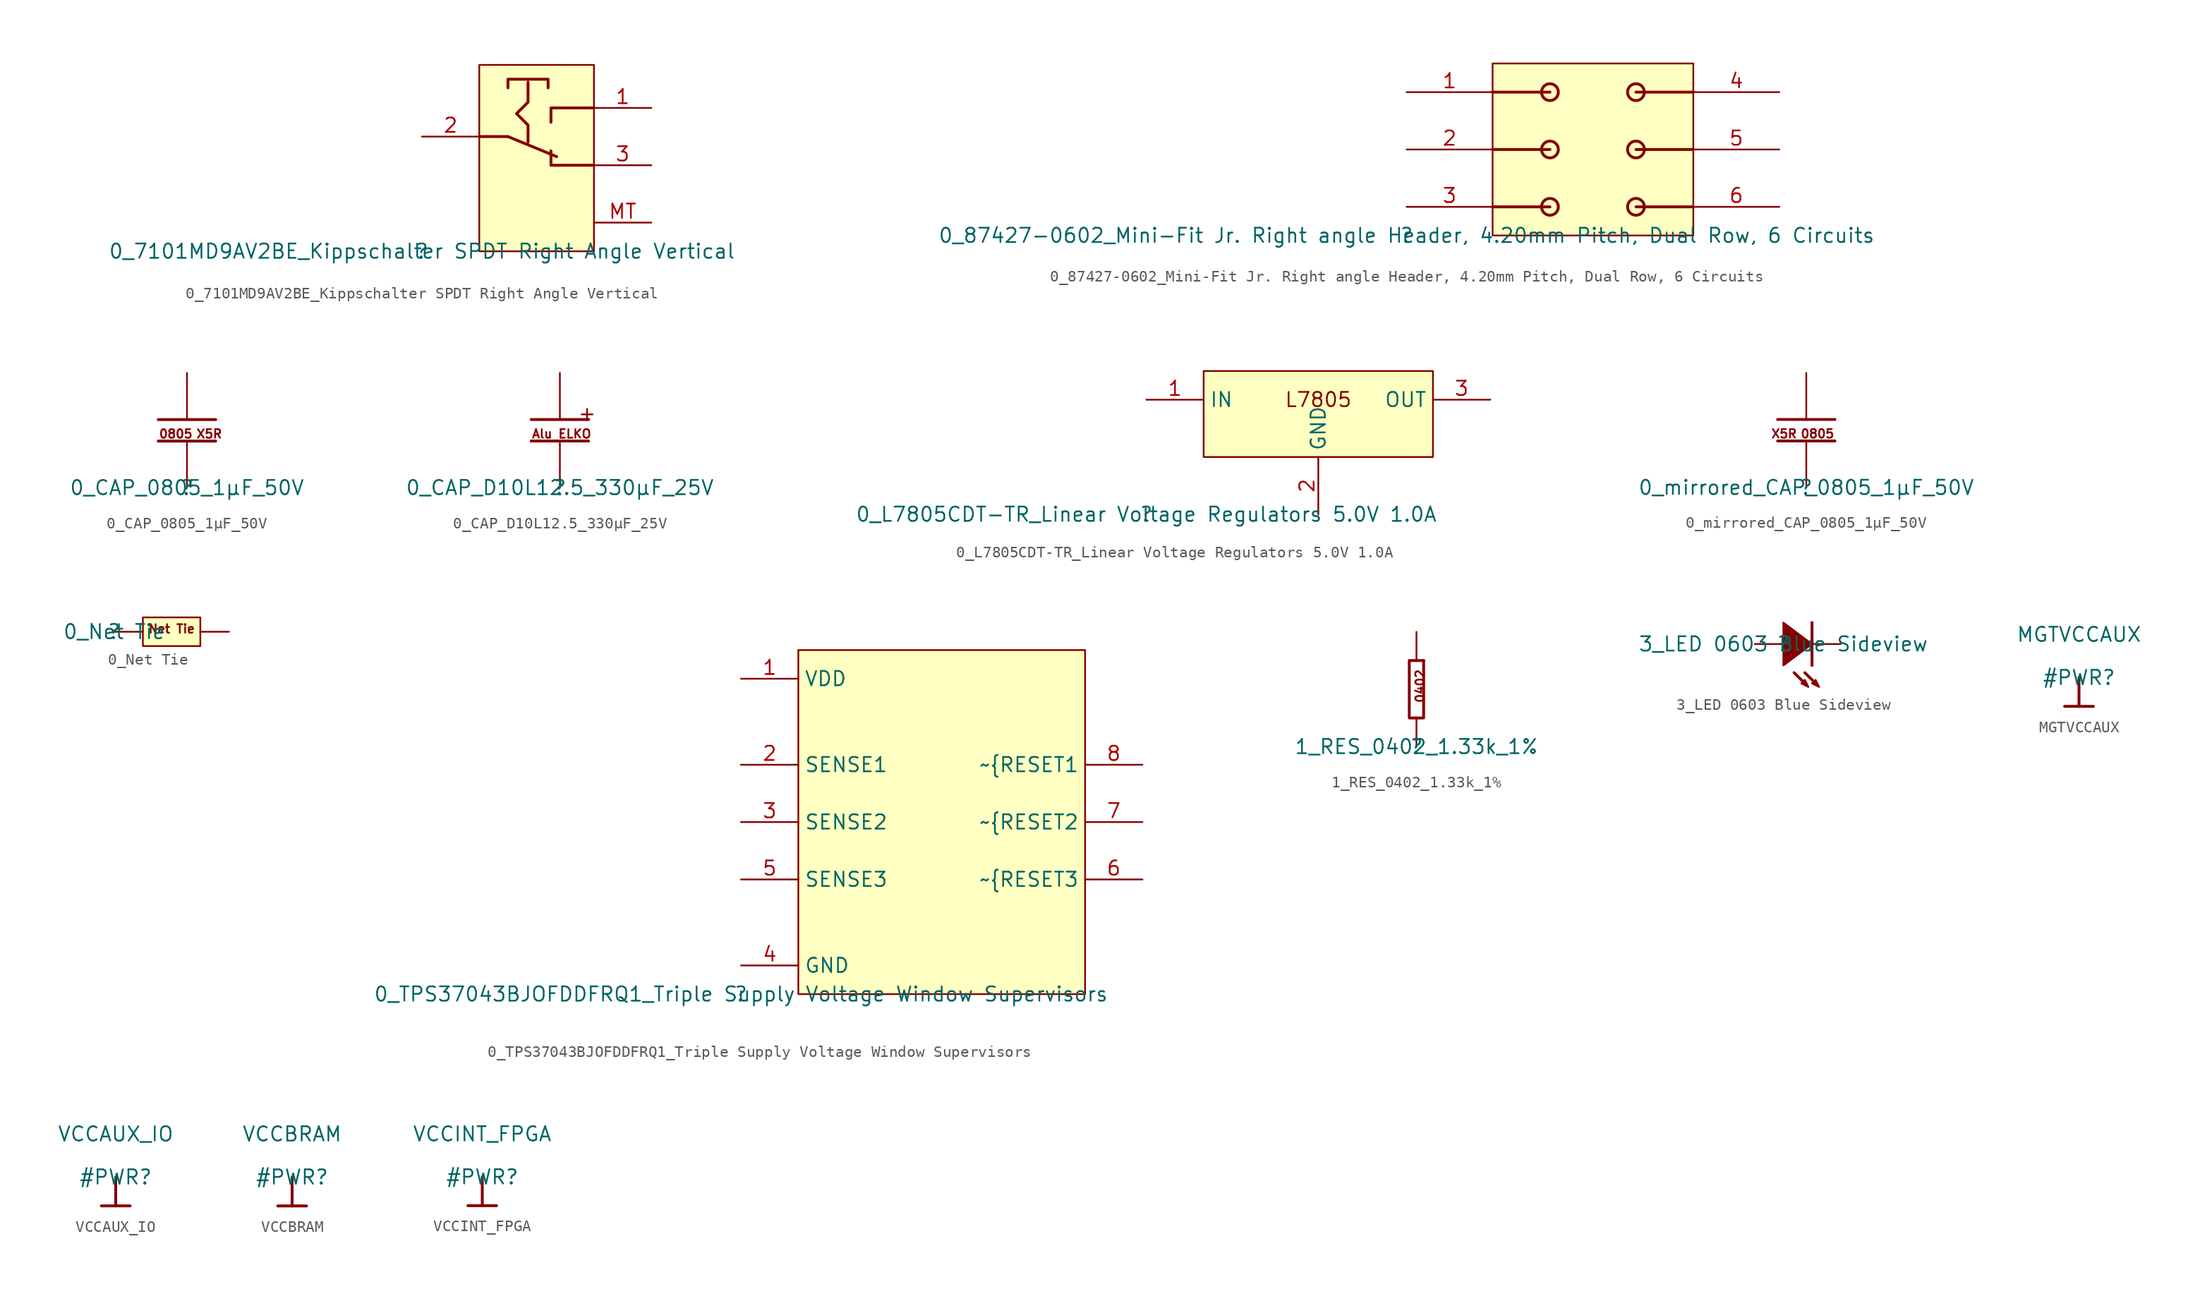
<source format=kicad_sym>
(kicad_symbol_lib
  (version 20211014)
  (generator kicad_symbol_editor)
  (symbol "0_7101MD9AV2BE_Kippschalter SPDT Right Angle Vertical"
    (property "Reference" ""
      (at 0 0 0)
      (effects (font (size 1.27 1.27))))
    (property "Value" "0_7101MD9AV2BE_Kippschalter SPDT Right Angle Vertical"
      (at 0 0 0)
      (effects (font (size 1.27 1.27))))
    (symbol "0_7101MD9AV2BE_Kippschalter SPDT Right Angle Vertical_1_0"
      (polyline (pts (xy 5.08 10.16) (xy 7.62 10.16)) (stroke (width 0.254) (type default) (color 0 0 0 0)) (fill (type none)))
      (polyline (pts (xy 7.62 10.16) (xy 11.938 8.382)) (stroke (width 0.254) (type default) (color 0 0 0 0)) (fill (type none)))
      (polyline (pts (xy 9.398 15.24) (xy 7.62 15.24) (xy 7.62 14.478)) (stroke (width 0.254) (type default) (color 0 0 0 0)) (fill (type none)))
      (polyline (pts (xy 9.398 15.24) (xy 11.176 15.24) (xy 11.176 14.478)) (stroke (width 0.254) (type default) (color 0 0 0 0)) (fill (type none)))
      (polyline (pts (xy 15.24 7.62) (xy 11.43 7.62) (xy 11.43 8.89)) (stroke (width 0.254) (type default) (color 0 0 0 0)) (fill (type none)))
      (polyline (pts (xy 15.24 12.7) (xy 11.43 12.7) (xy 11.43 11.43)) (stroke (width 0.254) (type default) (color 0 0 0 0)) (fill (type none)))
      (polyline (pts (xy 9.398 9.652) (xy 9.398 11.176) (xy 8.382 12.192) (xy 9.398 13.208) (xy 9.398 14.986)) (stroke (width 0.254) (type default) (color 0 0 0 0)) (fill (type none)))
      (rectangle (start 15.24 16.51) (end 5.08 0) (stroke (width 0) (type default) (color 0 0 0 0)) (fill (type background)))
      (pin passive line (at 20.32 12.7 180) (length 5.08) (name "1" (effects (font (size 0 0)))) (number "1" (effects (font (size 1.27 1.27)))))
      (pin passive line (at 0 10.16 0) (length 5.08) (name "2" (effects (font (size 0 0)))) (number "2" (effects (font (size 1.27 1.27)))))
      (pin passive line (at 20.32 7.62 180) (length 5.08) (name "3" (effects (font (size 0 0)))) (number "3" (effects (font (size 1.27 1.27)))))
      (pin passive line (at 20.32 2.54 180) (length 5.08) (name "2" (effects (font (size 0 0)))) (number "MT" (effects (font (size 1.27 1.27)))))))
  (symbol "0_87427-0602_Mini-Fit Jr. Right angle Header, 4.20mm Pitch, Dual Row, 6 Circuits"
    (property "Reference" ""
      (at 0 0 0)
      (effects (font (size 1.27 1.27))))
    (property "Value" "0_87427-0602_Mini-Fit Jr. Right angle Header, 4.20mm Pitch, Dual Row, 6 Circuits"
      (at 0 0 0)
      (effects (font (size 1.27 1.27))))
    (symbol "0_87427-0602_Mini-Fit Jr. Right angle Header, 4.20mm Pitch, Dual Row, 6 Circuits_1_0"
      (polyline (pts (xy 12.7 2.54) (xy 7.62 2.54)) (stroke (width 0.254) (type default) (color 0 0 0 0)) (fill (type none)))
      (polyline (pts (xy 12.7 7.62) (xy 7.62 7.62)) (stroke (width 0.254) (type default) (color 0 0 0 0)) (fill (type none)))
      (polyline (pts (xy 12.7 12.7) (xy 7.62 12.7)) (stroke (width 0.254) (type default) (color 0 0 0 0)) (fill (type none)))
      (polyline (pts (xy 20.32 2.54) (xy 25.4 2.54)) (stroke (width 0.254) (type default) (color 0 0 0 0)) (fill (type none)))
      (polyline (pts (xy 20.32 7.62) (xy 25.4 7.62)) (stroke (width 0.254) (type default) (color 0 0 0 0)) (fill (type none)))
      (polyline (pts (xy 20.32 12.7) (xy 25.4 12.7)) (stroke (width 0.254) (type default) (color 0 0 0 0)) (fill (type none)))
      (circle (center 12.7 2.54) (radius 0.745) (stroke (width 0.254) (type default) (color 0 0 0 0)) (fill (type none)))
      (circle (center 12.7 7.62) (radius 0.745) (stroke (width 0.254) (type default) (color 0 0 0 0)) (fill (type none)))
      (circle (center 12.7 12.7) (radius 0.745) (stroke (width 0.254) (type default) (color 0 0 0 0)) (fill (type none)))
      (circle (center 20.32 2.54) (radius 0.745) (stroke (width 0.254) (type default) (color 0 0 0 0)) (fill (type none)))
      (circle (center 20.32 7.62) (radius 0.745) (stroke (width 0.254) (type default) (color 0 0 0 0)) (fill (type none)))
      (circle (center 20.32 12.7) (radius 0.745) (stroke (width 0.254) (type default) (color 0 0 0 0)) (fill (type none)))
      (rectangle (start 25.4 15.24) (end 7.62 0) (stroke (width 0) (type default) (color 0 0 0 0)) (fill (type background)))
      (pin passive line (at 0 12.7 0) (length 7.62) (name "1" (effects (font (size 0 0)))) (number "1" (effects (font (size 1.27 1.27)))))
      (pin passive line (at 0 7.62 0) (length 7.62) (name "2" (effects (font (size 0 0)))) (number "2" (effects (font (size 1.27 1.27)))))
      (pin passive line (at 0 2.54 0) (length 7.62) (name "3" (effects (font (size 0 0)))) (number "3" (effects (font (size 1.27 1.27)))))
      (pin passive line (at 33.02 12.7 180) (length 7.62) (name "4" (effects (font (size 0 0)))) (number "4" (effects (font (size 1.27 1.27)))))
      (pin passive line (at 33.02 7.62 180) (length 7.62) (name "5" (effects (font (size 0 0)))) (number "5" (effects (font (size 1.27 1.27)))))
      (pin passive line (at 33.02 2.54 180) (length 7.62) (name "6" (effects (font (size 0 0)))) (number "6" (effects (font (size 1.27 1.27)))))))
  (symbol "0_CAP_0805_1µF_50V"
    (property "Reference" ""
      (at 0 0 0)
      (effects (font (size 1.27 1.27))))
    (property "Value" "0_CAP_0805_1µF_50V"
      (at 0 0 0)
      (effects (font (size 1.27 1.27))))
    (symbol "0_CAP_0805_1µF_50V_1_0"
      (polyline (pts (xy -2.54 4.128) (xy 2.54 4.128)) (stroke (width 0.254) (type default) (color 0 0 0 0)) (fill (type none)))
      (polyline (pts (xy -2.54 6.033) (xy 2.54 6.033)) (stroke (width 0.254) (type default) (color 0 0 0 0)) (fill (type none)))
      (text "0805" (at -2.54 4.318 0) (effects (font (size 0.762 0.762)) (justify left bottom)))
      (text "X5R" (at 0.762 4.318 0) (effects (font (size 0.762 0.762)) (justify left bottom)))
      (pin passive line (at 0 10.16 270) (length 4.064) (name "1" (effects (font (size 0 0)))) (number "1" (effects (font (size 0 0)))))
      (pin passive line (at 0 0 90) (length 4.064) (name "2" (effects (font (size 0 0)))) (number "2" (effects (font (size 0 0)))))))
  (symbol "0_CAP_D10L12.5_330µF_25V"
    (property "Reference" ""
      (at 0 0 0)
      (effects (font (size 1.27 1.27))))
    (property "Value" "0_CAP_D10L12.5_330µF_25V"
      (at 0 0 0)
      (effects (font (size 1.27 1.27))))
    (symbol "0_CAP_D10L12.5_330µF_25V_1_0"
      (polyline (pts (xy -2.54 4.128) (xy 2.54 4.128)) (stroke (width 0.254) (type default) (color 0 0 0 0)) (fill (type none)))
      (polyline (pts (xy -2.54 6.033) (xy 2.54 6.033)) (stroke (width 0.254) (type default) (color 0 0 0 0)) (fill (type none)))
      (text "+" (at 1.524 5.842 0) (effects (font (size 1.27 1.27)) (justify left bottom)))
      (text "Alu ELKO" (at -2.54 4.318 0) (effects (font (size 0.762 0.762)) (justify left bottom)))
      (pin passive line (at 0 10.16 270) (length 4.064) (name "1" (effects (font (size 0 0)))) (number "1" (effects (font (size 0 0)))))
      (pin passive line (at 0 0 90) (length 4.064) (name "2" (effects (font (size 0 0)))) (number "2" (effects (font (size 0 0)))))))
  (symbol "0_L7805CDT-TR_Linear Voltage Regulators 5.0V 1.0A"
    (property "Reference" ""
      (at 0 0 0)
      (effects (font (size 1.27 1.27))))
    (property "Value" "0_L7805CDT-TR_Linear Voltage Regulators 5.0V 1.0A"
      (at 0 0 0)
      (effects (font (size 1.27 1.27))))
    (symbol "0_L7805CDT-TR_Linear Voltage Regulators 5.0V 1.0A_1_0"
      (rectangle (start 25.4 12.7) (end 5.08 5.08) (stroke (width 0) (type default) (color 0 0 0 0)) (fill (type background)))
      (text "L7805" (at 15.24 10.16 0) (effects (font (size 1.27 1.27))))
      (pin passive line (at 0 10.16 0) (length 5.08) (name "IN" (effects (font (size 1.27 1.27)))) (number "1" (effects (font (size 1.27 1.27)))))
      (pin passive line (at 15.24 0 90) (length 5.08) (name "GND" (effects (font (size 1.27 1.27)))) (number "2" (effects (font (size 1.27 1.27)))))
      (pin passive line (at 30.48 10.16 180) (length 5.08) (name "OUT" (effects (font (size 1.27 1.27)))) (number "3" (effects (font (size 1.27 1.27)))))))
  (symbol "0_mirrored_CAP_0805_1µF_50V"
    (property "Reference" ""
      (at 0 0 0)
      (effects (font (size 1.27 1.27))))
    (property "Value" "0_mirrored_CAP_0805_1µF_50V"
      (at 0 0 0)
      (effects (font (size 1.27 1.27))))
    (symbol "0_mirrored_CAP_0805_1µF_50V_1_0"
      (polyline (pts (xy 2.54 4.128) (xy -2.54 4.128)) (stroke (width 0.254) (type default) (color 0 0 0 0)) (fill (type none)))
      (polyline (pts (xy 2.54 6.033) (xy -2.54 6.033)) (stroke (width 0.254) (type default) (color 0 0 0 0)) (fill (type none)))
      (text "0805" (at 2.54 4.318 0) (effects (font (size 0.762 0.762)) (justify right bottom)))
      (text "X5R" (at -0.762 4.318 0) (effects (font (size 0.762 0.762)) (justify right bottom)))
      (pin passive line (at 0 10.16 270) (length 4.064) (name "1" (effects (font (size 0 0)))) (number "1" (effects (font (size 0 0)))))
      (pin passive line (at 0 0 90) (length 4.064) (name "2" (effects (font (size 0 0)))) (number "2" (effects (font (size 0 0)))))))
  (symbol "0_Net Tie"
    (property "Reference" ""
      (at 0 0 0)
      (effects (font (size 1.27 1.27))))
    (property "Value" "0_Net Tie"
      (at 0 0 0)
      (effects (font (size 1.27 1.27))))
    (symbol "0_Net Tie_1_0"
      (rectangle (start 7.62 1.27) (end 2.54 -1.27) (stroke (width 0) (type default) (color 0 0 0 0)) (fill (type background)))
      (text "Net Tie" (at 5.08 0.254 0) (effects (font (size 0.762 0.762))))
      (pin passive line (at 0 0 0) (length 2.54) (name "1" (effects (font (size 0 0)))) (number "1" (effects (font (size 0 0)))))
      (pin passive line (at 10.16 0 180) (length 2.54) (name "2" (effects (font (size 0 0)))) (number "2" (effects (font (size 0 0)))))))
  (symbol "0_TPS37043BJOFDDFRQ1_Triple Supply Voltage Window Supervisors"
    (property "Reference" ""
      (at 0 0 0)
      (effects (font (size 1.27 1.27))))
    (property "Value" "0_TPS37043BJOFDDFRQ1_Triple Supply Voltage Window Supervisors"
      (at 0 0 0)
      (effects (font (size 1.27 1.27))))
    (symbol "0_TPS37043BJOFDDFRQ1_Triple Supply Voltage Window Supervisors_1_0"
      (rectangle (start 30.48 30.48) (end 5.08 0) (stroke (width 0) (type default) (color 0 0 0 0)) (fill (type background)))
      (pin power_in line (at 0 27.94 0) (length 5.08) (name "VDD" (effects (font (size 1.27 1.27)))) (number "1" (effects (font (size 1.27 1.27)))))
      (pin input line (at 0 20.32 0) (length 5.08) (name "SENSE1" (effects (font (size 1.27 1.27)))) (number "2" (effects (font (size 1.27 1.27)))))
      (pin input line (at 0 15.24 0) (length 5.08) (name "SENSE2" (effects (font (size 1.27 1.27)))) (number "3" (effects (font (size 1.27 1.27)))))
      (pin power_in line (at 0 2.54 0) (length 5.08) (name "GND" (effects (font (size 1.27 1.27)))) (number "4" (effects (font (size 1.27 1.27)))))
      (pin input line (at 0 10.16 0) (length 5.08) (name "SENSE3" (effects (font (size 1.27 1.27)))) (number "5" (effects (font (size 1.27 1.27)))))
      (pin output line (at 35.56 10.16 180) (length 5.08) (name "~{RESET3" (effects (font (size 1.27 1.27)))) (number "6" (effects (font (size 1.27 1.27)))))
      (pin output line (at 35.56 15.24 180) (length 5.08) (name "~{RESET2" (effects (font (size 1.27 1.27)))) (number "7" (effects (font (size 1.27 1.27)))))
      (pin output line (at 35.56 20.32 180) (length 5.08) (name "~{RESET1" (effects (font (size 1.27 1.27)))) (number "8" (effects (font (size 1.27 1.27)))))))
  (symbol "1_RES_0402_1.33k_1%"
    (property "Reference" ""
      (at 0 0 0)
      (effects (font (size 1.27 1.27))))
    (property "Value" "1_RES_0402_1.33k_1%"
      (at 0 0 0)
      (effects (font (size 1.27 1.27))))
    (symbol "1_RES_0402_1.33k_1%_1_0"
      (polyline (pts (xy 0.635 7.62) (xy 0 7.62)) (stroke (width 0.254) (type default) (color 0 0 0 0)) (fill (type none)))
      (polyline (pts (xy 0 7.62) (xy -0.635 7.62) (xy -0.635 2.54) (xy 0.635 2.54) (xy 0.635 7.62)) (stroke (width 0.254) (type default) (color 0 0 0 0)) (fill (type none)))
      (text "0402" (at 0.762 3.81 900) (effects (font (size 0.762 0.762)) (justify left bottom)))
      (pin passive line (at 0 0 90) (length 2.54) (name "1" (effects (font (size 0 0)))) (number "1" (effects (font (size 0 0)))))
      (pin passive line (at 0 10.16 270) (length 2.54) (name "2" (effects (font (size 0 0)))) (number "2" (effects (font (size 0 0)))))))
  (symbol "3_LED 0603 Blue Sideview"
    (property "Reference" ""
      (at 0 0 0)
      (effects (font (size 1.27 1.27))))
    (property "Value" "3_LED 0603 Blue Sideview"
      (at 0 0 0)
      (effects (font (size 1.27 1.27))))
    (symbol "3_LED 0603 Blue Sideview_1_0"
      (polyline (pts (xy 0.953 -2.54) (xy 1.905 -3.492)) (stroke (width 0.254) (type default) (color 0 0 0 0)) (fill (type none)))
      (polyline (pts (xy 1.905 -2.54) (xy 2.858 -3.492)) (stroke (width 0.254) (type default) (color 0 0 0 0)) (fill (type none)))
      (polyline (pts (xy 2.54 1.905) (xy 2.54 -1.905)) (stroke (width 0.254) (type default) (color 0 0 0 0)) (fill (type none)))
      (polyline (pts (xy 0 -1.905) (xy 0 1.905) (xy 2.54 0) (xy 0 -1.905)) (stroke (width 0) (type default) (color 0 0 0 0)) (fill (type outline)))
      (polyline (pts (xy 2.223 -3.81) (xy 1.905 -3.175) (xy 1.588 -3.492) (xy 2.223 -3.81)) (stroke (width 0) (type default) (color 0 0 0 0)) (fill (type outline)))
      (polyline (pts (xy 3.175 -3.81) (xy 2.858 -3.175) (xy 2.54 -3.492) (xy 3.175 -3.81)) (stroke (width 0) (type default) (color 0 0 0 0)) (fill (type outline)))
      (pin passive line (at 5.08 0 180) (length 2.54) (name "1" (effects (font (size 0 0)))) (number "1" (effects (font (size 0 0)))))
      (pin passive line (at -2.54 0 0) (length 2.54) (name "2" (effects (font (size 0 0)))) (number "2" (effects (font (size 0 0)))))))
  (symbol "MGTVCCAUX"
    (power)
    (property "Reference" "#PWR"
      (at 0 0 0)
      (effects (font (size 1.27 1.27))))
    (property "Value" "MGTVCCAUX"
      (at 0 3.81 0)
      (effects (font (size 1.27 1.27))))
    (symbol "MGTVCCAUX_0_0"
      (polyline (pts (xy -1.27 -2.54) (xy 1.27 -2.54)) (stroke (width 0.254) (type default) (color 0 0 0 0)) (fill (type none)))
      (polyline (pts (xy 0 0) (xy 0 -2.54)) (stroke (width 0.254) (type default) (color 0 0 0 0)) (fill (type none)))
      (pin power_in line (at 0 0 0) (length 0) hide (name "MGTVCCAUX" (effects (font (size 1.27 1.27)))) (number "" (effects (font (size 1.27 1.27)))))))
  (symbol "VCCAUX_IO"
    (power)
    (property "Reference" "#PWR"
      (at 0 0 0)
      (effects (font (size 1.27 1.27))))
    (property "Value" "VCCAUX_IO"
      (at 0 3.81 0)
      (effects (font (size 1.27 1.27))))
    (symbol "VCCAUX_IO_0_0"
      (polyline (pts (xy -1.27 -2.54) (xy 1.27 -2.54)) (stroke (width 0.254) (type default) (color 0 0 0 0)) (fill (type none)))
      (polyline (pts (xy 0 0) (xy 0 -2.54)) (stroke (width 0.254) (type default) (color 0 0 0 0)) (fill (type none)))
      (pin power_in line (at 0 0 0) (length 0) hide (name "VCCAUX_IO" (effects (font (size 1.27 1.27)))) (number "" (effects (font (size 1.27 1.27)))))))
  (symbol "VCCBRAM"
    (power)
    (property "Reference" "#PWR"
      (at 0 0 0)
      (effects (font (size 1.27 1.27))))
    (property "Value" "VCCBRAM"
      (at 0 3.81 0)
      (effects (font (size 1.27 1.27))))
    (symbol "VCCBRAM_0_0"
      (polyline (pts (xy -1.27 -2.54) (xy 1.27 -2.54)) (stroke (width 0.254) (type default) (color 0 0 0 0)) (fill (type none)))
      (polyline (pts (xy 0 0) (xy 0 -2.54)) (stroke (width 0.254) (type default) (color 0 0 0 0)) (fill (type none)))
      (pin power_in line (at 0 0 0) (length 0) hide (name "VCCBRAM" (effects (font (size 1.27 1.27)))) (number "" (effects (font (size 1.27 1.27)))))))
  (symbol "VCCINT_FPGA"
    (power)
    (property "Reference" "#PWR"
      (at 0 0 0)
      (effects (font (size 1.27 1.27))))
    (property "Value" "VCCINT_FPGA"
      (at 0 3.81 0)
      (effects (font (size 1.27 1.27))))
    (symbol "VCCINT_FPGA_0_0"
      (polyline (pts (xy -1.27 -2.54) (xy 1.27 -2.54)) (stroke (width 0.254) (type default) (color 0 0 0 0)) (fill (type none)))
      (polyline (pts (xy 0 0) (xy 0 -2.54)) (stroke (width 0.254) (type default) (color 0 0 0 0)) (fill (type none)))
      (pin power_in line (at 0 0 0) (length 0) hide (name "VCCINT_FPGA" (effects (font (size 1.27 1.27)))) (number "" (effects (font (size 1.27 1.27))))))))
</source>
